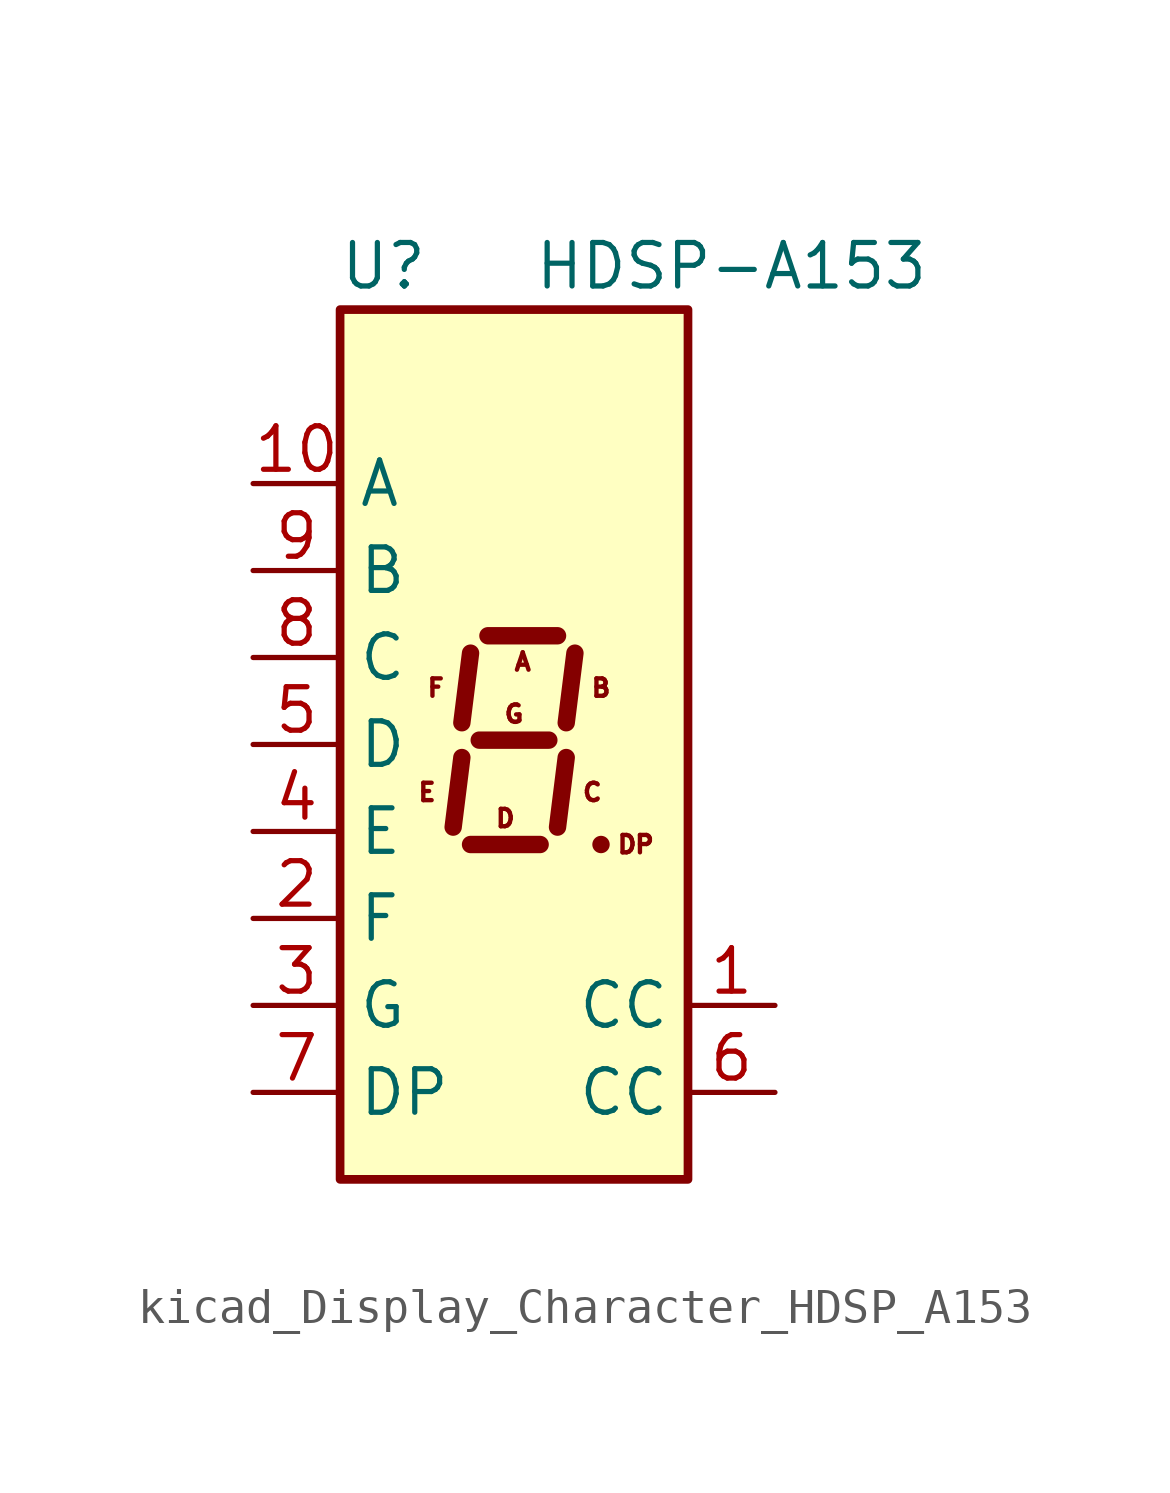
<source format=kicad_sym>
(kicad_symbol_lib
  (version 20220914)
  (generator kicad_symbol_editor)
  (symbol "kicad_Display_Character_HDSP_A153"
    (property "Reference" "U"
      (at -3.81 13.97 0)
      (effects (font (size 1.27 1.27))))
    (property "Value" "HDSP-A153"
      (at 6.35 13.97 0)
      (effects (font (size 1.27 1.27))))
    (symbol "kicad_Display_Character_HDSP_A153_1_0"
      (text "A" (at 0.254 2.413 0) (effects (font (size 0.508 0.508))))
      (text "B" (at 2.54 1.651 0) (effects (font (size 0.508 0.508))))
      (text "C" (at 2.286 -1.397 0) (effects (font (size 0.508 0.508))))
      (text "D" (at -0.254 -2.159 0) (effects (font (size 0.508 0.508))))
      (text "DP" (at 3.556 -2.921 0) (effects (font (size 0.508 0.508))))
      (text "E" (at -2.54 -1.397 0) (effects (font (size 0.508 0.508))))
      (text "F" (at -2.286 1.651 0) (effects (font (size 0.508 0.508))))
      (text "G" (at 0 0.889 0) (effects (font (size 0.508 0.508)))))
    (symbol "kicad_Display_Character_HDSP_A153_1_1"
      (rectangle (start -5.08 12.7) (end 5.08 -12.7) (stroke (width 0.254) (type default)) (fill (type background)))
      (polyline (pts (xy -1.524 -0.381) (xy -1.778 -2.413)) (stroke (width 0.508) (type default)) (fill (type none)))
      (polyline (pts (xy -1.27 -2.921) (xy 0.762 -2.921)) (stroke (width 0.508) (type default)) (fill (type none)))
      (polyline (pts (xy -1.27 2.667) (xy -1.524 0.635)) (stroke (width 0.508) (type default)) (fill (type none)))
      (polyline (pts (xy -1.016 0.127) (xy 1.016 0.127)) (stroke (width 0.508) (type default)) (fill (type none)))
      (polyline (pts (xy -0.762 3.175) (xy 1.27 3.175)) (stroke (width 0.508) (type default)) (fill (type none)))
      (polyline (pts (xy 1.524 -0.381) (xy 1.27 -2.413)) (stroke (width 0.508) (type default)) (fill (type none)))
      (polyline (pts (xy 1.778 2.667) (xy 1.524 0.635)) (stroke (width 0.508) (type default)) (fill (type none)))
      (polyline (pts (xy 2.54 -2.921) (xy 2.54 -2.921)) (stroke (width 0.508) (type default)) (fill (type none)))
      (pin input line (at 7.62 -7.62 180) (length 2.54) (name "CC" (effects (font (size 1.27 1.27)))) (number "1" (effects (font (size 1.27 1.27)))))
      (pin input line (at -7.62 7.62 0) (length 2.54) (name "A" (effects (font (size 1.27 1.27)))) (number "10" (effects (font (size 1.27 1.27)))))
      (pin input line (at -7.62 -5.08 0) (length 2.54) (name "F" (effects (font (size 1.27 1.27)))) (number "2" (effects (font (size 1.27 1.27)))))
      (pin input line (at -7.62 -7.62 0) (length 2.54) (name "G" (effects (font (size 1.27 1.27)))) (number "3" (effects (font (size 1.27 1.27)))))
      (pin input line (at -7.62 -2.54 0) (length 2.54) (name "E" (effects (font (size 1.27 1.27)))) (number "4" (effects (font (size 1.27 1.27)))))
      (pin input line (at -7.62 0 0) (length 2.54) (name "D" (effects (font (size 1.27 1.27)))) (number "5" (effects (font (size 1.27 1.27)))))
      (pin input line (at 7.62 -10.16 180) (length 2.54) (name "CC" (effects (font (size 1.27 1.27)))) (number "6" (effects (font (size 1.27 1.27)))))
      (pin input line (at -7.62 -10.16 0) (length 2.54) (name "DP" (effects (font (size 1.27 1.27)))) (number "7" (effects (font (size 1.27 1.27)))))
      (pin input line (at -7.62 2.54 0) (length 2.54) (name "C" (effects (font (size 1.27 1.27)))) (number "8" (effects (font (size 1.27 1.27)))))
      (pin input line (at -7.62 5.08 0) (length 2.54) (name "B" (effects (font (size 1.27 1.27)))) (number "9" (effects (font (size 1.27 1.27))))))))
</source>
